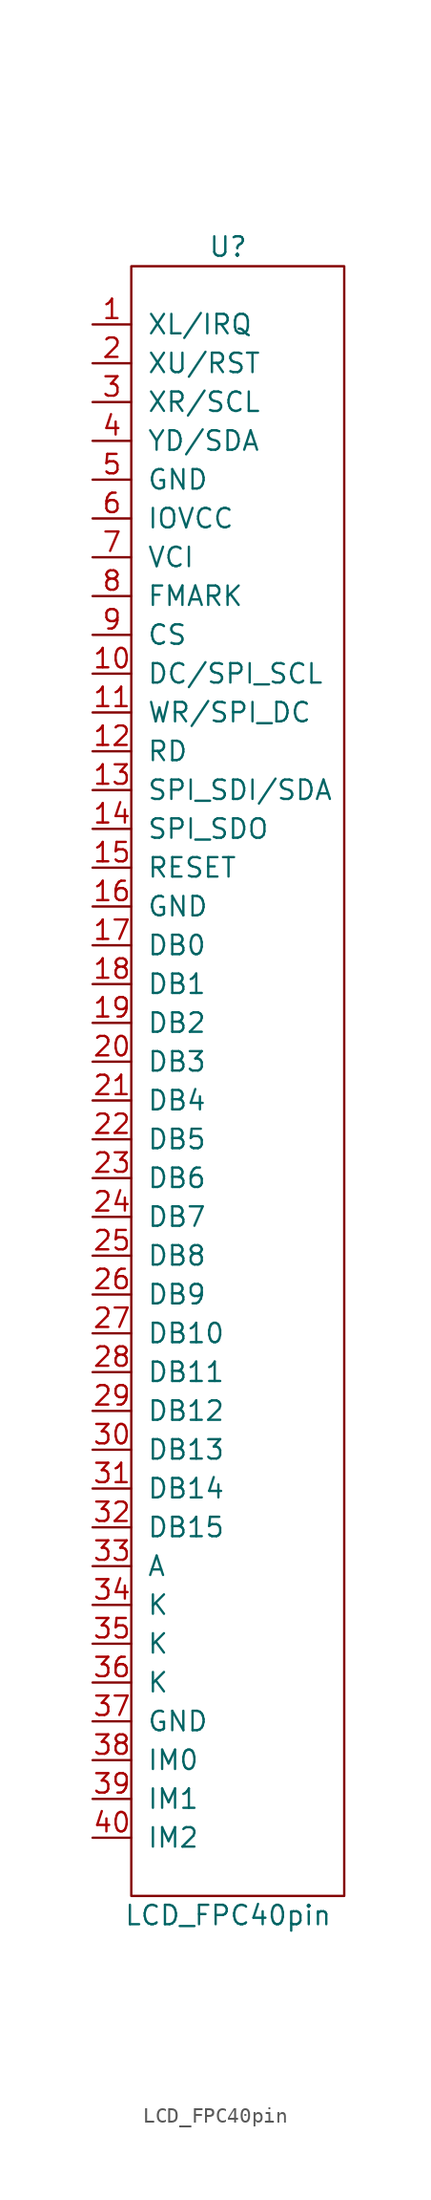
<source format=kicad_sym>
(kicad_symbol_lib
  (version 20220914)
  (generator kicad_symbol_editor)
  (symbol "LCD_FPC40pin"
    (pin_names
      (offset 1.016))
    (property "Reference" "U"
      (at 0 52.07 0)
      (effects (font (size 1.27 1.27))))
    (property "Value" "LCD_FPC40pin"
      (at 0 -57.15 0)
      (effects (font (size 1.27 1.27))))
    (symbol "LCD_FPC40pin_0_1"
      (rectangle (start -6.35 50.8) (end 7.62 -55.88) (stroke (width 0) (type solid)) (fill (type none))))
    (symbol "LCD_FPC40pin_1_1"
      (pin input line (at -8.89 46.99 0) (length 2.54) (name "XL/IRQ" (effects (font (size 1.27 1.27)))) (number "1" (effects (font (size 1.27 1.27)))))
      (pin input line (at -8.89 24.13 0) (length 2.54) (name "DC/SPI_SCL" (effects (font (size 1.27 1.27)))) (number "10" (effects (font (size 1.27 1.27)))))
      (pin input line (at -8.89 21.59 0) (length 2.54) (name "WR/SPI_DC" (effects (font (size 1.27 1.27)))) (number "11" (effects (font (size 1.27 1.27)))))
      (pin input line (at -8.89 19.05 0) (length 2.54) (name "RD" (effects (font (size 1.27 1.27)))) (number "12" (effects (font (size 1.27 1.27)))))
      (pin input line (at -8.89 16.51 0) (length 2.54) (name "SPI_SDI/SDA" (effects (font (size 1.27 1.27)))) (number "13" (effects (font (size 1.27 1.27)))))
      (pin input line (at -8.89 13.97 0) (length 2.54) (name "SPI_SDO" (effects (font (size 1.27 1.27)))) (number "14" (effects (font (size 1.27 1.27)))))
      (pin input line (at -8.89 11.43 0) (length 2.54) (name "RESET" (effects (font (size 1.27 1.27)))) (number "15" (effects (font (size 1.27 1.27)))))
      (pin input line (at -8.89 8.89 0) (length 2.54) (name "GND" (effects (font (size 1.27 1.27)))) (number "16" (effects (font (size 1.27 1.27)))))
      (pin input line (at -8.89 6.35 0) (length 2.54) (name "DB0" (effects (font (size 1.27 1.27)))) (number "17" (effects (font (size 1.27 1.27)))))
      (pin input line (at -8.89 3.81 0) (length 2.54) (name "DB1" (effects (font (size 1.27 1.27)))) (number "18" (effects (font (size 1.27 1.27)))))
      (pin input line (at -8.89 1.27 0) (length 2.54) (name "DB2" (effects (font (size 1.27 1.27)))) (number "19" (effects (font (size 1.27 1.27)))))
      (pin input line (at -8.89 44.45 0) (length 2.54) (name "XU/RST" (effects (font (size 1.27 1.27)))) (number "2" (effects (font (size 1.27 1.27)))))
      (pin input line (at -8.89 -1.27 0) (length 2.54) (name "DB3" (effects (font (size 1.27 1.27)))) (number "20" (effects (font (size 1.27 1.27)))))
      (pin input line (at -8.89 -3.81 0) (length 2.54) (name "DB4" (effects (font (size 1.27 1.27)))) (number "21" (effects (font (size 1.27 1.27)))))
      (pin input line (at -8.89 -6.35 0) (length 2.54) (name "DB5" (effects (font (size 1.27 1.27)))) (number "22" (effects (font (size 1.27 1.27)))))
      (pin input line (at -8.89 -8.89 0) (length 2.54) (name "DB6" (effects (font (size 1.27 1.27)))) (number "23" (effects (font (size 1.27 1.27)))))
      (pin input line (at -8.89 -11.43 0) (length 2.54) (name "DB7" (effects (font (size 1.27 1.27)))) (number "24" (effects (font (size 1.27 1.27)))))
      (pin input line (at -8.89 -13.97 0) (length 2.54) (name "DB8" (effects (font (size 1.27 1.27)))) (number "25" (effects (font (size 1.27 1.27)))))
      (pin input line (at -8.89 -16.51 0) (length 2.54) (name "DB9" (effects (font (size 1.27 1.27)))) (number "26" (effects (font (size 1.27 1.27)))))
      (pin input line (at -8.89 -19.05 0) (length 2.54) (name "DB10" (effects (font (size 1.27 1.27)))) (number "27" (effects (font (size 1.27 1.27)))))
      (pin input line (at -8.89 -21.59 0) (length 2.54) (name "DB11" (effects (font (size 1.27 1.27)))) (number "28" (effects (font (size 1.27 1.27)))))
      (pin input line (at -8.89 -24.13 0) (length 2.54) (name "DB12" (effects (font (size 1.27 1.27)))) (number "29" (effects (font (size 1.27 1.27)))))
      (pin input line (at -8.89 41.91 0) (length 2.54) (name "XR/SCL" (effects (font (size 1.27 1.27)))) (number "3" (effects (font (size 1.27 1.27)))))
      (pin input line (at -8.89 -26.67 0) (length 2.54) (name "DB13" (effects (font (size 1.27 1.27)))) (number "30" (effects (font (size 1.27 1.27)))))
      (pin input line (at -8.89 -29.21 0) (length 2.54) (name "DB14" (effects (font (size 1.27 1.27)))) (number "31" (effects (font (size 1.27 1.27)))))
      (pin input line (at -8.89 -31.75 0) (length 2.54) (name "DB15" (effects (font (size 1.27 1.27)))) (number "32" (effects (font (size 1.27 1.27)))))
      (pin input line (at -8.89 -34.29 0) (length 2.54) (name "A" (effects (font (size 1.27 1.27)))) (number "33" (effects (font (size 1.27 1.27)))))
      (pin input line (at -8.89 -36.83 0) (length 2.54) (name "K" (effects (font (size 1.27 1.27)))) (number "34" (effects (font (size 1.27 1.27)))))
      (pin input line (at -8.89 -39.37 0) (length 2.54) (name "K" (effects (font (size 1.27 1.27)))) (number "35" (effects (font (size 1.27 1.27)))))
      (pin input line (at -8.89 -41.91 0) (length 2.54) (name "K" (effects (font (size 1.27 1.27)))) (number "36" (effects (font (size 1.27 1.27)))))
      (pin input line (at -8.89 -44.45 0) (length 2.54) (name "GND" (effects (font (size 1.27 1.27)))) (number "37" (effects (font (size 1.27 1.27)))))
      (pin input line (at -8.89 -46.99 0) (length 2.54) (name "IM0" (effects (font (size 1.27 1.27)))) (number "38" (effects (font (size 1.27 1.27)))))
      (pin input line (at -8.89 -49.53 0) (length 2.54) (name "IM1" (effects (font (size 1.27 1.27)))) (number "39" (effects (font (size 1.27 1.27)))))
      (pin input line (at -8.89 39.37 0) (length 2.54) (name "YD/SDA" (effects (font (size 1.27 1.27)))) (number "4" (effects (font (size 1.27 1.27)))))
      (pin input line (at -8.89 -52.07 0) (length 2.54) (name "IM2" (effects (font (size 1.27 1.27)))) (number "40" (effects (font (size 1.27 1.27)))))
      (pin input line (at -8.89 36.83 0) (length 2.54) (name "GND" (effects (font (size 1.27 1.27)))) (number "5" (effects (font (size 1.27 1.27)))))
      (pin input line (at -8.89 34.29 0) (length 2.54) (name "IOVCC" (effects (font (size 1.27 1.27)))) (number "6" (effects (font (size 1.27 1.27)))))
      (pin input line (at -8.89 31.75 0) (length 2.54) (name "VCI" (effects (font (size 1.27 1.27)))) (number "7" (effects (font (size 1.27 1.27)))))
      (pin input line (at -8.89 29.21 0) (length 2.54) (name "FMARK" (effects (font (size 1.27 1.27)))) (number "8" (effects (font (size 1.27 1.27)))))
      (pin input line (at -8.89 26.67 0) (length 2.54) (name "CS" (effects (font (size 1.27 1.27)))) (number "9" (effects (font (size 1.27 1.27))))))))
</source>
